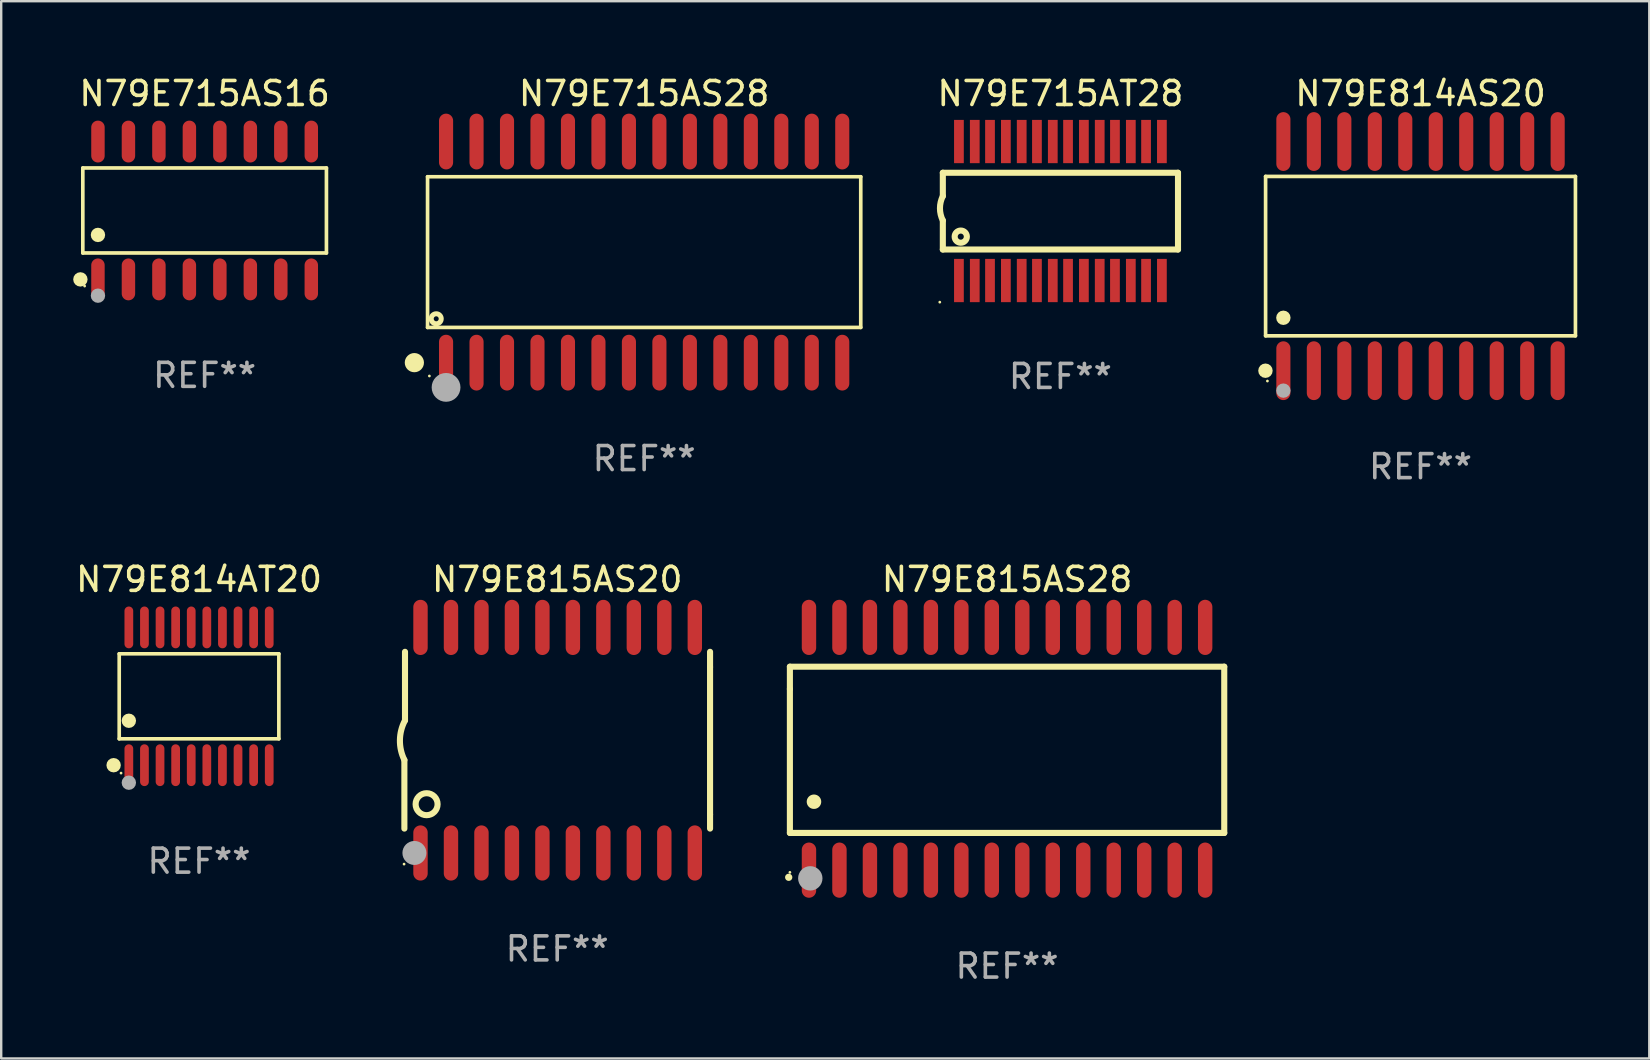
<source format=kicad_pcb>
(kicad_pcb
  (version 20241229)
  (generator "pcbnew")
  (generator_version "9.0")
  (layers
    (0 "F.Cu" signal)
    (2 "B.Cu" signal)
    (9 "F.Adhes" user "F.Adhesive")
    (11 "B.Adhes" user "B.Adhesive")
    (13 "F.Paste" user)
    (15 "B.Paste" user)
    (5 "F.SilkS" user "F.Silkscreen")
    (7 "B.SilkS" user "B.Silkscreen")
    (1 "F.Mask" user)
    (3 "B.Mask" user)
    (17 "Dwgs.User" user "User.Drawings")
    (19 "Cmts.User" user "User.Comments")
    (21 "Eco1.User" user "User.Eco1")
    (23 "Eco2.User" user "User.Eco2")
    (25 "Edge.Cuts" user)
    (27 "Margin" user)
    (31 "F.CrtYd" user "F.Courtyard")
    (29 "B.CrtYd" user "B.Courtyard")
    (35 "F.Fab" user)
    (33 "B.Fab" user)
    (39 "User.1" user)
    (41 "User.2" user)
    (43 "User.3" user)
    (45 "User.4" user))
  (footprint "N79E715AT28"
    (layer "F.Cu")
    (at 41.139 5.744)
    (property "Reference" "N79E715AT28" (at 0 -4.896 0) (layer "F.SilkS") (effects (font (size 1 1) (thickness 0.15))))
    (attr through_hole)
    (fp_line (start -4.9 -1.595) (end -4.9 -0.622) (stroke (width 0.254) (type solid)) (layer "F.SilkS"))
    (fp_line (start -4.9 1.603) (end -4.9 0.394) (stroke (width 0.254) (type solid)) (layer "F.SilkS"))
    (fp_line (start 4.9 -1.595) (end -4.9 -1.595) (stroke (width 0.254) (type solid)) (layer "F.SilkS"))
    (fp_line (start 4.9 1.603) (end -4.9 1.603) (stroke (width 0.254) (type solid)) (layer "F.SilkS"))
    (fp_line (start 4.9 1.603) (end 4.9 -1.595) (stroke (width 0.254) (type solid)) (layer "F.SilkS"))
    (fp_arc (start -4.89967 0.393701) (mid -5.019593 -0.1143) (end -4.89967 -0.622301) (stroke (width 0.254001) (type solid)) (layer "F.SilkS"))
    (fp_circle (center -5.027 3.797) (end -4.997 3.797) (stroke (width 0.06) (type solid)) (fill no) (layer "F.SilkS"))
    (fp_circle (center -4.153 1.067) (end -3.899 1.067) (stroke (width 0.254) (type solid)) (fill no) (layer "F.SilkS"))
    (fp_text user "REF**" (at 0 6.896 0) (layer "F.Fab") (effects (font (size 1 1) (thickness 0.15))))
    (pad "1" smd rect (at -4.229 2.896 90) (size 1.803 0.406) (layers "F.Cu" "F.Mask" "F.Paste"))
    (pad "2" smd rect (at -3.569 2.896 90) (size 1.803 0.406) (layers "F.Cu" "F.Mask" "F.Paste"))
    (pad "3" smd rect (at -2.934 2.896 90) (size 1.803 0.406) (layers "F.Cu" "F.Mask" "F.Paste"))
    (pad "4" smd rect (at -2.273 2.896 90) (size 1.803 0.406) (layers "F.Cu" "F.Mask" "F.Paste"))
    (pad "5" smd rect (at -1.613 2.896 90) (size 1.803 0.406) (layers "F.Cu" "F.Mask" "F.Paste"))
    (pad "6" smd rect (at -0.978 2.896 90) (size 1.803 0.406) (layers "F.Cu" "F.Mask" "F.Paste"))
    (pad "7" smd rect (at -0.318 2.896 90) (size 1.803 0.406) (layers "F.Cu" "F.Mask" "F.Paste"))
    (pad "8" smd rect (at 0.318 2.896 90) (size 1.803 0.406) (layers "F.Cu" "F.Mask" "F.Paste"))
    (pad "9" smd rect (at 0.978 2.896 90) (size 1.803 0.406) (layers "F.Cu" "F.Mask" "F.Paste"))
    (pad "10" smd rect (at 1.638 2.896 90) (size 1.803 0.406) (layers "F.Cu" "F.Mask" "F.Paste"))
    (pad "11" smd rect (at 2.273 2.896 90) (size 1.803 0.406) (layers "F.Cu" "F.Mask" "F.Paste"))
    (pad "12" smd rect (at 2.934 2.896 90) (size 1.803 0.406) (layers "F.Cu" "F.Mask" "F.Paste"))
    (pad "13" smd rect (at 3.569 2.896 90) (size 1.803 0.406) (layers "F.Cu" "F.Mask" "F.Paste"))
    (pad "14" smd rect (at 4.229 2.896 90) (size 1.803 0.406) (layers "F.Cu" "F.Mask" "F.Paste"))
    (pad "15" smd rect (at 4.229 -2.896 90) (size 1.803 0.406) (layers "F.Cu" "F.Mask" "F.Paste"))
    (pad "16" smd rect (at 3.569 -2.896 90) (size 1.803 0.406) (layers "F.Cu" "F.Mask" "F.Paste"))
    (pad "17" smd rect (at 2.934 -2.896 90) (size 1.803 0.406) (layers "F.Cu" "F.Mask" "F.Paste"))
    (pad "18" smd rect (at 2.273 -2.896 90) (size 1.803 0.406) (layers "F.Cu" "F.Mask" "F.Paste"))
    (pad "19" smd rect (at 1.638 -2.896 90) (size 1.803 0.406) (layers "F.Cu" "F.Mask" "F.Paste"))
    (pad "20" smd rect (at 0.978 -2.896 90) (size 1.803 0.406) (layers "F.Cu" "F.Mask" "F.Paste"))
    (pad "21" smd rect (at 0.318 -2.896 90) (size 1.803 0.406) (layers "F.Cu" "F.Mask" "F.Paste"))
    (pad "22" smd rect (at -0.318 -2.896 90) (size 1.803 0.406) (layers "F.Cu" "F.Mask" "F.Paste"))
    (pad "23" smd rect (at -0.978 -2.896 90) (size 1.803 0.406) (layers "F.Cu" "F.Mask" "F.Paste"))
    (pad "24" smd rect (at -1.613 -2.896 90) (size 1.803 0.406) (layers "F.Cu" "F.Mask" "F.Paste"))
    (pad "25" smd rect (at -2.273 -2.896 90) (size 1.803 0.406) (layers "F.Cu" "F.Mask" "F.Paste"))
    (pad "26" smd rect (at -2.934 -2.896 90) (size 1.803 0.406) (layers "F.Cu" "F.Mask" "F.Paste"))
    (pad "27" smd rect (at -3.569 -2.896 90) (size 1.803 0.406) (layers "F.Cu" "F.Mask" "F.Paste"))
    (pad "28" smd rect (at -4.229 -2.896 90) (size 1.803 0.406) (layers "F.Cu" "F.Mask" "F.Paste")))
  (footprint "N79E715AS28"
    (layer "F.Cu")
    (at 23.793 7.455)
    (property "Reference" "N79E715AS28" (at 0 -6.607 0) (layer "F.SilkS") (effects (font (size 1 1) (thickness 0.15))))
    (attr through_hole)
    (fp_line (start -9.026 -3.14) (end 9.026 -3.14) (stroke (width 0.152) (type solid)) (layer "F.SilkS"))
    (fp_line (start -9.026 3.14) (end -9.026 -3.14) (stroke (width 0.152) (type solid)) (layer "F.SilkS"))
    (fp_line (start 9.026 -3.14) (end 9.026 3.14) (stroke (width 0.152) (type solid)) (layer "F.SilkS"))
    (fp_line (start 9.026 3.14) (end -9.026 3.14) (stroke (width 0.152) (type solid)) (layer "F.SilkS"))
    (fp_circle (center -9.576 4.607) (end -9.376 4.607) (stroke (width 0.4) (type solid)) (fill no) (layer "F.SilkS"))
    (fp_circle (center -8.95 5.163) (end -8.92 5.163) (stroke (width 0.06) (type solid)) (fill no) (layer "F.SilkS"))
    (fp_circle (center -8.665 2.779) (end -8.561 2.779) (stroke (width 0.209) (type solid)) (fill no) (layer "F.SilkS"))
    (fp_circle (center -8.255 5.638) (end -7.955 5.638) (stroke (width 0.6) (type solid)) (fill no) (layer "F.Fab"))
    (fp_text user "REF**" (at 0 8.607 0) (layer "F.Fab") (effects (font (size 1 1) (thickness 0.15))))
    (pad "1" smd oval (at -8.255 4.607) (size 0.588 2.324) (layers "F.Cu" "F.Mask" "F.Paste"))
    (pad "2" smd oval (at -6.985 4.607) (size 0.588 2.324) (layers "F.Cu" "F.Mask" "F.Paste"))
    (pad "3" smd oval (at -5.715 4.607) (size 0.588 2.324) (layers "F.Cu" "F.Mask" "F.Paste"))
    (pad "4" smd oval (at -4.445 4.607) (size 0.588 2.324) (layers "F.Cu" "F.Mask" "F.Paste"))
    (pad "5" smd oval (at -3.175 4.607) (size 0.588 2.324) (layers "F.Cu" "F.Mask" "F.Paste"))
    (pad "6" smd oval (at -1.905 4.607) (size 0.588 2.324) (layers "F.Cu" "F.Mask" "F.Paste"))
    (pad "7" smd oval (at -0.635 4.607) (size 0.588 2.324) (layers "F.Cu" "F.Mask" "F.Paste"))
    (pad "8" smd oval (at 0.635 4.607) (size 0.588 2.324) (layers "F.Cu" "F.Mask" "F.Paste"))
    (pad "9" smd oval (at 1.905 4.607) (size 0.588 2.324) (layers "F.Cu" "F.Mask" "F.Paste"))
    (pad "10" smd oval (at 3.175 4.607) (size 0.588 2.324) (layers "F.Cu" "F.Mask" "F.Paste"))
    (pad "11" smd oval (at 4.445 4.607) (size 0.588 2.324) (layers "F.Cu" "F.Mask" "F.Paste"))
    (pad "12" smd oval (at 5.715 4.607) (size 0.588 2.324) (layers "F.Cu" "F.Mask" "F.Paste"))
    (pad "13" smd oval (at 6.985 4.607) (size 0.588 2.324) (layers "F.Cu" "F.Mask" "F.Paste"))
    (pad "14" smd oval (at 8.255 4.607) (size 0.588 2.324) (layers "F.Cu" "F.Mask" "F.Paste"))
    (pad "15" smd oval (at 8.255 -4.607) (size 0.588 2.324) (layers "F.Cu" "F.Mask" "F.Paste"))
    (pad "16" smd oval (at 6.985 -4.607) (size 0.588 2.324) (layers "F.Cu" "F.Mask" "F.Paste"))
    (pad "17" smd oval (at 5.715 -4.607) (size 0.588 2.324) (layers "F.Cu" "F.Mask" "F.Paste"))
    (pad "18" smd oval (at 4.445 -4.607) (size 0.588 2.324) (layers "F.Cu" "F.Mask" "F.Paste"))
    (pad "19" smd oval (at 3.175 -4.607) (size 0.588 2.324) (layers "F.Cu" "F.Mask" "F.Paste"))
    (pad "20" smd oval (at 1.905 -4.607) (size 0.588 2.324) (layers "F.Cu" "F.Mask" "F.Paste"))
    (pad "21" smd oval (at 0.635 -4.607) (size 0.588 2.324) (layers "F.Cu" "F.Mask" "F.Paste"))
    (pad "22" smd oval (at -0.635 -4.607) (size 0.588 2.324) (layers "F.Cu" "F.Mask" "F.Paste"))
    (pad "23" smd oval (at -1.905 -4.607) (size 0.588 2.324) (layers "F.Cu" "F.Mask" "F.Paste"))
    (pad "24" smd oval (at -3.175 -4.607) (size 0.588 2.324) (layers "F.Cu" "F.Mask" "F.Paste"))
    (pad "25" smd oval (at -4.445 -4.607) (size 0.588 2.324) (layers "F.Cu" "F.Mask" "F.Paste"))
    (pad "26" smd oval (at -5.715 -4.607) (size 0.588 2.324) (layers "F.Cu" "F.Mask" "F.Paste"))
    (pad "27" smd oval (at -6.985 -4.607) (size 0.588 2.324) (layers "F.Cu" "F.Mask" "F.Paste"))
    (pad "28" smd oval (at -8.255 -4.607) (size 0.588 2.324) (layers "F.Cu" "F.Mask" "F.Paste")))
  (footprint "N79E815AS20"
    (layer "F.Cu")
    (at 20.17 27.795)
    (property "Reference" "N79E815AS20" (at 0 -6.7 0) (layer "F.SilkS") (effects (font (size 1 1) (thickness 0.15))))
    (attr through_hole)
    (fp_line (start -6.369 0.826) (end -6.369 3.683) (stroke (width 0.254) (type solid)) (layer "F.SilkS"))
    (fp_line (start -6.343 -0.825) (end -6.343 -3.683) (stroke (width 0.254) (type solid)) (layer "F.SilkS"))
    (fp_line (start 6.369 -3.048) (end 6.369 -3.683) (stroke (width 0.254) (type solid)) (layer "F.SilkS"))
    (fp_line (start 6.369 -3.048) (end 6.369 3.096) (stroke (width 0.254) (type solid)) (layer "F.SilkS"))
    (fp_line (start 6.369 3.096) (end 6.369 3.683) (stroke (width 0.254) (type solid)) (layer "F.SilkS"))
    (fp_arc (start -6.36853 0.825552) (mid -6.554743 -0.00301) (end -6.343129 -0.825451) (stroke (width 0.254001) (type solid)) (layer "F.SilkS"))
    (fp_circle (center -6.382 5.163) (end -6.352 5.163) (stroke (width 0.06) (type solid)) (fill no) (layer "F.SilkS"))
    (fp_circle (center -5.443 2.667) (end -4.985 2.667) (stroke (width 0.254) (type solid)) (fill no) (layer "F.SilkS"))
    (fp_circle (center -5.951 4.699) (end -5.701 4.699) (stroke (width 0.5) (type solid)) (fill no) (layer "F.Fab"))
    (fp_text user "REF**" (at 0 8.7 0) (layer "F.Fab") (effects (font (size 1 1) (thickness 0.15))))
    (pad "1" smd oval (at -5.697 4.7 180) (size 0.6 2.3) (layers "F.Cu" "F.Mask" "F.Paste"))
    (pad "2" smd oval (at -4.427 4.7 180) (size 0.6 2.3) (layers "F.Cu" "F.Mask" "F.Paste"))
    (pad "3" smd oval (at -3.157 4.7 180) (size 0.6 2.3) (layers "F.Cu" "F.Mask" "F.Paste"))
    (pad "4" smd oval (at -1.887 4.7 180) (size 0.6 2.3) (layers "F.Cu" "F.Mask" "F.Paste"))
    (pad "5" smd oval (at -0.617 4.7 180) (size 0.6 2.3) (layers "F.Cu" "F.Mask" "F.Paste"))
    (pad "6" smd oval (at 0.653 4.7 180) (size 0.6 2.3) (layers "F.Cu" "F.Mask" "F.Paste"))
    (pad "7" smd oval (at 1.923 4.7 180) (size 0.6 2.3) (layers "F.Cu" "F.Mask" "F.Paste"))
    (pad "8" smd oval (at 3.193 4.7 180) (size 0.6 2.3) (layers "F.Cu" "F.Mask" "F.Paste"))
    (pad "9" smd oval (at 4.463 4.7 180) (size 0.6 2.3) (layers "F.Cu" "F.Mask" "F.Paste"))
    (pad "10" smd oval (at 5.734 4.7 180) (size 0.6 2.3) (layers "F.Cu" "F.Mask" "F.Paste"))
    (pad "11" smd oval (at 5.734 -4.7 180) (size 0.6 2.3) (layers "F.Cu" "F.Mask" "F.Paste"))
    (pad "12" smd oval (at 4.463 -4.7 180) (size 0.6 2.3) (layers "F.Cu" "F.Mask" "F.Paste"))
    (pad "13" smd oval (at 3.193 -4.7 180) (size 0.6 2.3) (layers "F.Cu" "F.Mask" "F.Paste"))
    (pad "14" smd oval (at 1.923 -4.7 180) (size 0.6 2.3) (layers "F.Cu" "F.Mask" "F.Paste"))
    (pad "15" smd oval (at 0.653 -4.7 180) (size 0.6 2.3) (layers "F.Cu" "F.Mask" "F.Paste"))
    (pad "16" smd oval (at -0.617 -4.7 180) (size 0.6 2.3) (layers "F.Cu" "F.Mask" "F.Paste"))
    (pad "17" smd oval (at -1.887 -4.7 180) (size 0.6 2.3) (layers "F.Cu" "F.Mask" "F.Paste"))
    (pad "18" smd oval (at -3.157 -4.7 180) (size 0.6 2.3) (layers "F.Cu" "F.Mask" "F.Paste"))
    (pad "19" smd oval (at -4.427 -4.7 180) (size 0.6 2.3) (layers "F.Cu" "F.Mask" "F.Paste"))
    (pad "20" smd oval (at -5.697 -4.7 180) (size 0.6 2.3) (layers "F.Cu" "F.Mask" "F.Paste")))
  (footprint "N79E815AS28"
    (layer "F.Cu")
    (at 38.916 28.152)
    (property "Reference" "N79E815AS28" (at 0 -7.058 0) (layer "F.SilkS") (effects (font (size 1 1) (thickness 0.15))))
    (attr through_hole)
    (fp_line (start -9.05 -3.42) (end 9.05 -3.42) (stroke (width 0.254) (type solid)) (layer "F.SilkS"))
    (fp_line (start -9.05 -2.492) (end -9.05 -3.42) (stroke (width 0.254) (type solid)) (layer "F.SilkS"))
    (fp_line (start -9.05 3.508) (end -9.05 -2.492) (stroke (width 0.254) (type solid)) (layer "F.SilkS"))
    (fp_line (start 9.05 -3.42) (end 9.05 3.508) (stroke (width 0.254) (type solid)) (layer "F.SilkS"))
    (fp_line (start 9.05 3.508) (end -9.05 3.508) (stroke (width 0.254) (type solid)) (layer "F.SilkS"))
    (fp_arc (start -9.100838 5.35649) (mid -9.099568 5.356485) (end -9.098298 5.35649) (stroke (width 0.3) (type solid)) (layer "F.SilkS"))
    (fp_arc (start -8.049276 2.206883) (mid -8.046736 2.206872) (end -8.044196 2.206883) (stroke (width 0.6) (type solid)) (layer "F.SilkS"))
    (fp_circle (center -9.05 5.15) (end -9.02 5.15) (stroke (width 0.06) (type solid)) (fill no) (layer "F.SilkS"))
    (fp_circle (center -8.2 5.4) (end -7.946 5.4) (stroke (width 0.508) (type solid)) (fill no) (layer "F.Fab"))
    (fp_text user "REF**" (at 0 9.058 0) (layer "F.Fab") (effects (font (size 1 1) (thickness 0.15))))
    (pad "1" smd oval (at -8.255 5.058 180) (size 0.6 2.3) (layers "F.Cu" "F.Mask" "F.Paste"))
    (pad "2" smd oval (at -6.985 5.058 180) (size 0.6 2.3) (layers "F.Cu" "F.Mask" "F.Paste"))
    (pad "3" smd oval (at -5.715 5.058 180) (size 0.6 2.3) (layers "F.Cu" "F.Mask" "F.Paste"))
    (pad "4" smd oval (at -4.445 5.058 180) (size 0.6 2.3) (layers "F.Cu" "F.Mask" "F.Paste"))
    (pad "5" smd oval (at -3.175 5.058 180) (size 0.6 2.3) (layers "F.Cu" "F.Mask" "F.Paste"))
    (pad "6" smd oval (at -1.905 5.058 180) (size 0.6 2.3) (layers "F.Cu" "F.Mask" "F.Paste"))
    (pad "7" smd oval (at -0.635 5.058 180) (size 0.6 2.3) (layers "F.Cu" "F.Mask" "F.Paste"))
    (pad "8" smd oval (at 0.635 5.058 180) (size 0.6 2.3) (layers "F.Cu" "F.Mask" "F.Paste"))
    (pad "9" smd oval (at 1.905 5.058 180) (size 0.6 2.3) (layers "F.Cu" "F.Mask" "F.Paste"))
    (pad "10" smd oval (at 3.175 5.058 180) (size 0.6 2.3) (layers "F.Cu" "F.Mask" "F.Paste"))
    (pad "11" smd oval (at 4.445 5.058 180) (size 0.6 2.3) (layers "F.Cu" "F.Mask" "F.Paste"))
    (pad "12" smd oval (at 5.715 5.058 180) (size 0.6 2.3) (layers "F.Cu" "F.Mask" "F.Paste"))
    (pad "13" smd oval (at 6.985 5.058 180) (size 0.6 2.3) (layers "F.Cu" "F.Mask" "F.Paste"))
    (pad "14" smd oval (at 8.255 5.058 180) (size 0.6 2.3) (layers "F.Cu" "F.Mask" "F.Paste"))
    (pad "15" smd oval (at 8.255 -5.058 180) (size 0.6 2.3) (layers "F.Cu" "F.Mask" "F.Paste"))
    (pad "16" smd oval (at 6.985 -5.058 180) (size 0.6 2.3) (layers "F.Cu" "F.Mask" "F.Paste"))
    (pad "17" smd oval (at 5.715 -5.058 180) (size 0.6 2.3) (layers "F.Cu" "F.Mask" "F.Paste"))
    (pad "18" smd oval (at 4.445 -5.058 180) (size 0.6 2.3) (layers "F.Cu" "F.Mask" "F.Paste"))
    (pad "19" smd oval (at 3.175 -5.058 180) (size 0.6 2.3) (layers "F.Cu" "F.Mask" "F.Paste"))
    (pad "20" smd oval (at 1.905 -5.058 180) (size 0.6 2.3) (layers "F.Cu" "F.Mask" "F.Paste"))
    (pad "21" smd oval (at 0.635 -5.058 180) (size 0.6 2.3) (layers "F.Cu" "F.Mask" "F.Paste"))
    (pad "22" smd oval (at -0.635 -5.058 180) (size 0.6 2.3) (layers "F.Cu" "F.Mask" "F.Paste"))
    (pad "23" smd oval (at -1.905 -5.058 180) (size 0.6 2.3) (layers "F.Cu" "F.Mask" "F.Paste"))
    (pad "24" smd oval (at -3.175 -5.058 180) (size 0.6 2.3) (layers "F.Cu" "F.Mask" "F.Paste"))
    (pad "25" smd oval (at -4.445 -5.058 180) (size 0.6 2.3) (layers "F.Cu" "F.Mask" "F.Paste"))
    (pad "26" smd oval (at -5.715 -5.058 180) (size 0.6 2.3) (layers "F.Cu" "F.Mask" "F.Paste"))
    (pad "27" smd oval (at -6.985 -5.058 180) (size 0.6 2.3) (layers "F.Cu" "F.Mask" "F.Paste"))
    (pad "28" smd oval (at -8.255 -5.058 180) (size 0.6 2.3) (layers "F.Cu" "F.Mask" "F.Paste")))
  (footprint "N79E814AS20"
    (layer "F.Cu")
    (at 56.145 7.623)
    (property "Reference" "N79E814AS20" (at 0 -6.775 0) (layer "F.SilkS") (effects (font (size 1 1) (thickness 0.15))))
    (attr through_hole)
    (fp_line (start -6.456 -3.321) (end 6.456 -3.321) (stroke (width 0.152) (type solid)) (layer "F.SilkS"))
    (fp_line (start -6.456 3.321) (end -6.456 -3.321) (stroke (width 0.152) (type solid)) (layer "F.SilkS"))
    (fp_line (start 6.456 -3.321) (end 6.456 3.321) (stroke (width 0.152) (type solid)) (layer "F.SilkS"))
    (fp_line (start 6.456 3.321) (end -6.456 3.321) (stroke (width 0.152) (type solid)) (layer "F.SilkS"))
    (fp_circle (center -6.462 4.775) (end -6.311 4.775) (stroke (width 0.3) (type solid)) (fill no) (layer "F.SilkS"))
    (fp_circle (center -6.38 5.205) (end -6.35 5.205) (stroke (width 0.06) (type solid)) (fill no) (layer "F.SilkS"))
    (fp_circle (center -5.715 2.569) (end -5.565 2.569) (stroke (width 0.3) (type solid)) (fill no) (layer "F.SilkS"))
    (fp_circle (center -5.715 5.605) (end -5.565 5.605) (stroke (width 0.3) (type solid)) (fill no) (layer "F.Fab"))
    (fp_text user "REF**" (at 0 8.775 0) (layer "F.Fab") (effects (font (size 1 1) (thickness 0.15))))
    (pad "1" smd oval (at -5.715 4.775) (size 0.588 2.45) (layers "F.Cu" "F.Mask" "F.Paste"))
    (pad "2" smd oval (at -4.445 4.775) (size 0.588 2.45) (layers "F.Cu" "F.Mask" "F.Paste"))
    (pad "3" smd oval (at -3.175 4.775) (size 0.588 2.45) (layers "F.Cu" "F.Mask" "F.Paste"))
    (pad "4" smd oval (at -1.905 4.775) (size 0.588 2.45) (layers "F.Cu" "F.Mask" "F.Paste"))
    (pad "5" smd oval (at -0.635 4.775) (size 0.588 2.45) (layers "F.Cu" "F.Mask" "F.Paste"))
    (pad "6" smd oval (at 0.635 4.775) (size 0.588 2.45) (layers "F.Cu" "F.Mask" "F.Paste"))
    (pad "7" smd oval (at 1.905 4.775) (size 0.588 2.45) (layers "F.Cu" "F.Mask" "F.Paste"))
    (pad "8" smd oval (at 3.175 4.775) (size 0.588 2.45) (layers "F.Cu" "F.Mask" "F.Paste"))
    (pad "9" smd oval (at 4.445 4.775) (size 0.588 2.45) (layers "F.Cu" "F.Mask" "F.Paste"))
    (pad "10" smd oval (at 5.715 4.775) (size 0.588 2.45) (layers "F.Cu" "F.Mask" "F.Paste"))
    (pad "11" smd oval (at 5.715 -4.775) (size 0.588 2.45) (layers "F.Cu" "F.Mask" "F.Paste"))
    (pad "12" smd oval (at 4.445 -4.775) (size 0.588 2.45) (layers "F.Cu" "F.Mask" "F.Paste"))
    (pad "13" smd oval (at 3.175 -4.775) (size 0.588 2.45) (layers "F.Cu" "F.Mask" "F.Paste"))
    (pad "14" smd oval (at 1.905 -4.775) (size 0.588 2.45) (layers "F.Cu" "F.Mask" "F.Paste"))
    (pad "15" smd oval (at 0.635 -4.775) (size 0.588 2.45) (layers "F.Cu" "F.Mask" "F.Paste"))
    (pad "16" smd oval (at -0.635 -4.775) (size 0.588 2.45) (layers "F.Cu" "F.Mask" "F.Paste"))
    (pad "17" smd oval (at -1.905 -4.775) (size 0.588 2.45) (layers "F.Cu" "F.Mask" "F.Paste"))
    (pad "18" smd oval (at -3.175 -4.775) (size 0.588 2.45) (layers "F.Cu" "F.Mask" "F.Paste"))
    (pad "19" smd oval (at -4.445 -4.775) (size 0.588 2.45) (layers "F.Cu" "F.Mask" "F.Paste"))
    (pad "20" smd oval (at -5.715 -4.775) (size 0.588 2.45) (layers "F.Cu" "F.Mask" "F.Paste")))
  (footprint "N79E715AS16"
    (layer "F.Cu")
    (at 5.477 5.721)
    (property "Reference" "N79E715AS16" (at 0 -4.872 0) (layer "F.SilkS") (effects (font (size 1 1) (thickness 0.15))))
    (attr through_hole)
    (fp_line (start -5.076 -1.771) (end 5.076 -1.771) (stroke (width 0.152) (type solid)) (layer "F.SilkS"))
    (fp_line (start -5.076 1.771) (end -5.076 -1.771) (stroke (width 0.152) (type solid)) (layer "F.SilkS"))
    (fp_line (start 5.076 -1.771) (end 5.076 1.771) (stroke (width 0.152) (type solid)) (layer "F.SilkS"))
    (fp_line (start 5.076 1.771) (end -5.076 1.771) (stroke (width 0.152) (type solid)) (layer "F.SilkS"))
    (fp_circle (center -5.177 2.872) (end -5.027 2.872) (stroke (width 0.3) (type solid)) (fill no) (layer "F.SilkS"))
    (fp_circle (center -5 3.15) (end -4.97 3.15) (stroke (width 0.06) (type solid)) (fill no) (layer "F.SilkS"))
    (fp_circle (center -4.445 1.019) (end -4.295 1.019) (stroke (width 0.3) (type solid)) (fill no) (layer "F.SilkS"))
    (fp_circle (center -4.445 3.55) (end -4.295 3.55) (stroke (width 0.3) (type solid)) (fill no) (layer "F.Fab"))
    (fp_text user "REF**" (at 0 6.872 0) (layer "F.Fab") (effects (font (size 1 1) (thickness 0.15))))
    (pad "1" smd oval (at -4.445 2.872) (size 0.56 1.745) (layers "F.Cu" "F.Mask" "F.Paste"))
    (pad "2" smd oval (at -3.175 2.872) (size 0.56 1.745) (layers "F.Cu" "F.Mask" "F.Paste"))
    (pad "3" smd oval (at -1.905 2.872) (size 0.56 1.745) (layers "F.Cu" "F.Mask" "F.Paste"))
    (pad "4" smd oval (at -0.635 2.872) (size 0.56 1.745) (layers "F.Cu" "F.Mask" "F.Paste"))
    (pad "5" smd oval (at 0.635 2.872) (size 0.56 1.745) (layers "F.Cu" "F.Mask" "F.Paste"))
    (pad "6" smd oval (at 1.905 2.872) (size 0.56 1.745) (layers "F.Cu" "F.Mask" "F.Paste"))
    (pad "7" smd oval (at 3.175 2.872) (size 0.56 1.745) (layers "F.Cu" "F.Mask" "F.Paste"))
    (pad "8" smd oval (at 4.445 2.872) (size 0.56 1.745) (layers "F.Cu" "F.Mask" "F.Paste"))
    (pad "9" smd oval (at 4.445 -2.872) (size 0.56 1.745) (layers "F.Cu" "F.Mask" "F.Paste"))
    (pad "10" smd oval (at 3.175 -2.872) (size 0.56 1.745) (layers "F.Cu" "F.Mask" "F.Paste"))
    (pad "11" smd oval (at 1.905 -2.872) (size 0.56 1.745) (layers "F.Cu" "F.Mask" "F.Paste"))
    (pad "12" smd oval (at 0.635 -2.872) (size 0.56 1.745) (layers "F.Cu" "F.Mask" "F.Paste"))
    (pad "13" smd oval (at -0.635 -2.872) (size 0.56 1.745) (layers "F.Cu" "F.Mask" "F.Paste"))
    (pad "14" smd oval (at -1.905 -2.872) (size 0.56 1.745) (layers "F.Cu" "F.Mask" "F.Paste"))
    (pad "15" smd oval (at -3.175 -2.872) (size 0.56 1.745) (layers "F.Cu" "F.Mask" "F.Paste"))
    (pad "16" smd oval (at -4.445 -2.872) (size 0.56 1.745) (layers "F.Cu" "F.Mask" "F.Paste")))
  (footprint "N79E814AT20"
    (layer "F.Cu")
    (at 5.244 25.966)
    (property "Reference" "N79E814AT20" (at 0 -4.871 0) (layer "F.SilkS") (effects (font (size 1 1) (thickness 0.15))))
    (attr through_hole)
    (fp_line (start -3.326 -1.771) (end 3.326 -1.771) (stroke (width 0.152) (type solid)) (layer "F.SilkS"))
    (fp_line (start -3.326 1.771) (end -3.326 -1.771) (stroke (width 0.152) (type solid)) (layer "F.SilkS"))
    (fp_line (start 3.326 -1.771) (end 3.326 1.771) (stroke (width 0.152) (type solid)) (layer "F.SilkS"))
    (fp_line (start 3.326 1.771) (end -3.326 1.771) (stroke (width 0.152) (type solid)) (layer "F.SilkS"))
    (fp_circle (center -3.559 2.871) (end -3.409 2.871) (stroke (width 0.3) (type solid)) (fill no) (layer "F.SilkS"))
    (fp_circle (center -3.25 3.2) (end -3.22 3.2) (stroke (width 0.06) (type solid)) (fill no) (layer "F.SilkS"))
    (fp_circle (center -2.925 1.019) (end -2.775 1.019) (stroke (width 0.3) (type solid)) (fill no) (layer "F.SilkS"))
    (fp_circle (center -2.925 3.6) (end -2.775 3.6) (stroke (width 0.3) (type solid)) (fill no) (layer "F.Fab"))
    (fp_text user "REF**" (at 0 6.871 0) (layer "F.Fab") (effects (font (size 1 1) (thickness 0.15))))
    (pad "1" smd oval (at -2.925 2.871) (size 0.364 1.742) (layers "F.Cu" "F.Mask" "F.Paste"))
    (pad "2" smd oval (at -2.275 2.871) (size 0.364 1.742) (layers "F.Cu" "F.Mask" "F.Paste"))
    (pad "3" smd oval (at -1.625 2.871) (size 0.364 1.742) (layers "F.Cu" "F.Mask" "F.Paste"))
    (pad "4" smd oval (at -0.975 2.871) (size 0.364 1.742) (layers "F.Cu" "F.Mask" "F.Paste"))
    (pad "5" smd oval (at -0.325 2.871) (size 0.364 1.742) (layers "F.Cu" "F.Mask" "F.Paste"))
    (pad "6" smd oval (at 0.325 2.871) (size 0.364 1.742) (layers "F.Cu" "F.Mask" "F.Paste"))
    (pad "7" smd oval (at 0.975 2.871) (size 0.364 1.742) (layers "F.Cu" "F.Mask" "F.Paste"))
    (pad "8" smd oval (at 1.625 2.871) (size 0.364 1.742) (layers "F.Cu" "F.Mask" "F.Paste"))
    (pad "9" smd oval (at 2.275 2.871) (size 0.364 1.742) (layers "F.Cu" "F.Mask" "F.Paste"))
    (pad "10" smd oval (at 2.925 2.871) (size 0.364 1.742) (layers "F.Cu" "F.Mask" "F.Paste"))
    (pad "11" smd oval (at 2.925 -2.871) (size 0.364 1.742) (layers "F.Cu" "F.Mask" "F.Paste"))
    (pad "12" smd oval (at 2.275 -2.871) (size 0.364 1.742) (layers "F.Cu" "F.Mask" "F.Paste"))
    (pad "13" smd oval (at 1.625 -2.871) (size 0.364 1.742) (layers "F.Cu" "F.Mask" "F.Paste"))
    (pad "14" smd oval (at 0.975 -2.871) (size 0.364 1.742) (layers "F.Cu" "F.Mask" "F.Paste"))
    (pad "15" smd oval (at 0.325 -2.871) (size 0.364 1.742) (layers "F.Cu" "F.Mask" "F.Paste"))
    (pad "16" smd oval (at -0.325 -2.871) (size 0.364 1.742) (layers "F.Cu" "F.Mask" "F.Paste"))
    (pad "17" smd oval (at -0.975 -2.871) (size 0.364 1.742) (layers "F.Cu" "F.Mask" "F.Paste"))
    (pad "18" smd oval (at -1.625 -2.871) (size 0.364 1.742) (layers "F.Cu" "F.Mask" "F.Paste"))
    (pad "19" smd oval (at -2.275 -2.871) (size 0.364 1.742) (layers "F.Cu" "F.Mask" "F.Paste"))
    (pad "20" smd oval (at -2.925 -2.871) (size 0.364 1.742) (layers "F.Cu" "F.Mask" "F.Paste")))
  (gr_rect
    (start -3 -3)
    (end 65.678 41.058)
    (stroke (width 0.1) (type default))
    (fill no)
    (layer "Edge.Cuts")))
</source>
